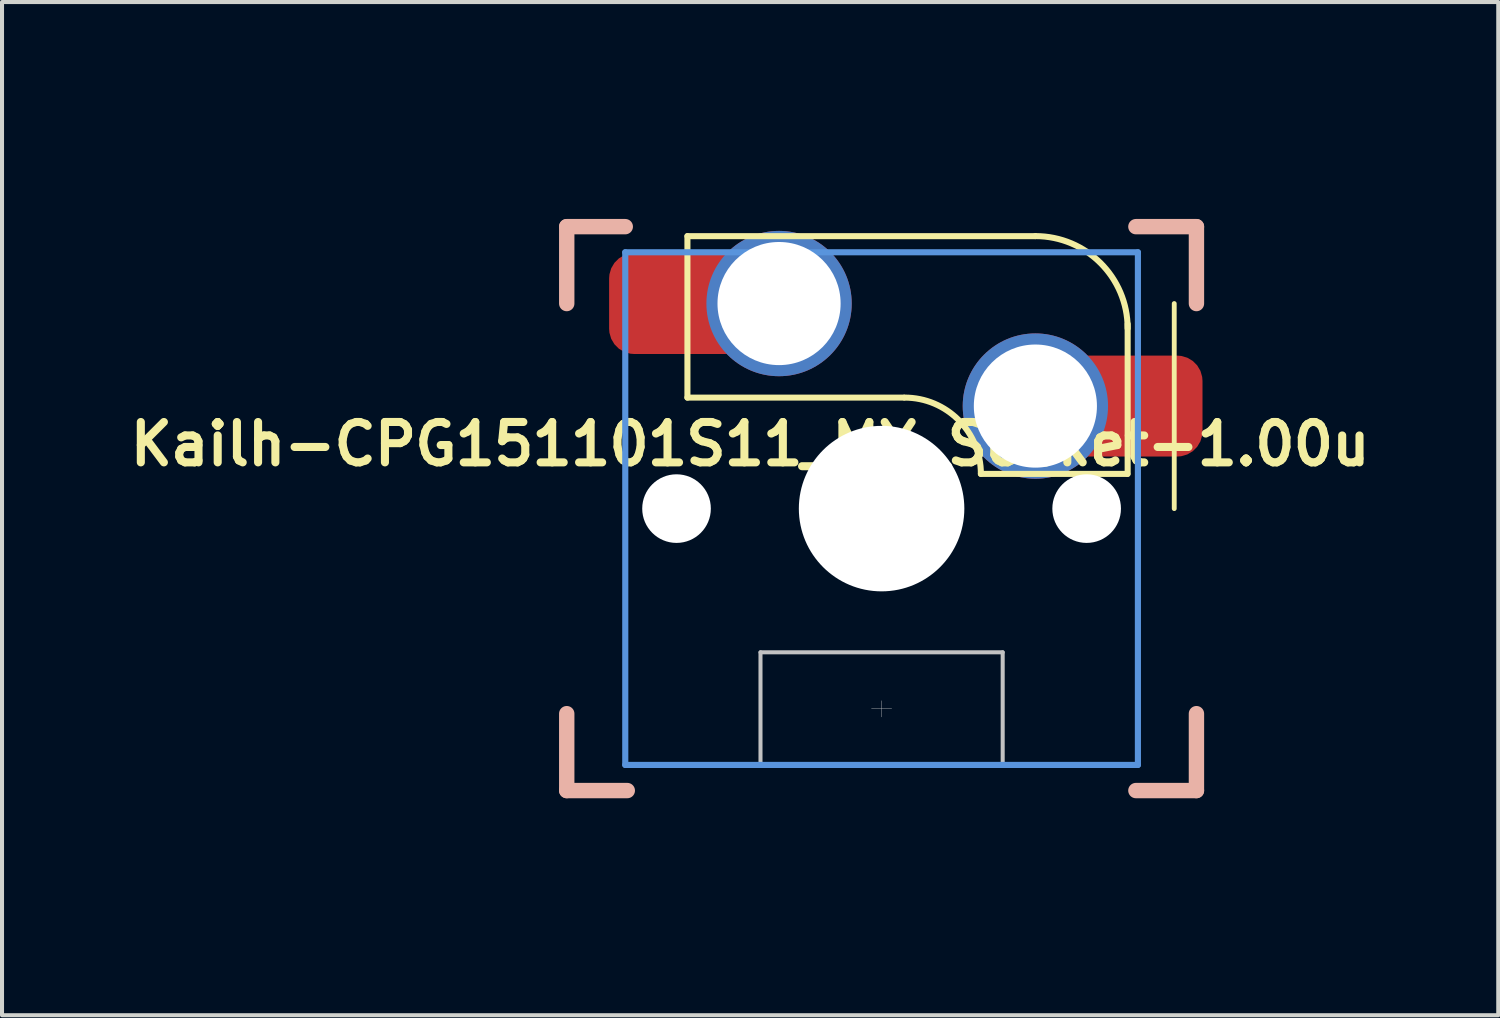
<source format=kicad_pcb>
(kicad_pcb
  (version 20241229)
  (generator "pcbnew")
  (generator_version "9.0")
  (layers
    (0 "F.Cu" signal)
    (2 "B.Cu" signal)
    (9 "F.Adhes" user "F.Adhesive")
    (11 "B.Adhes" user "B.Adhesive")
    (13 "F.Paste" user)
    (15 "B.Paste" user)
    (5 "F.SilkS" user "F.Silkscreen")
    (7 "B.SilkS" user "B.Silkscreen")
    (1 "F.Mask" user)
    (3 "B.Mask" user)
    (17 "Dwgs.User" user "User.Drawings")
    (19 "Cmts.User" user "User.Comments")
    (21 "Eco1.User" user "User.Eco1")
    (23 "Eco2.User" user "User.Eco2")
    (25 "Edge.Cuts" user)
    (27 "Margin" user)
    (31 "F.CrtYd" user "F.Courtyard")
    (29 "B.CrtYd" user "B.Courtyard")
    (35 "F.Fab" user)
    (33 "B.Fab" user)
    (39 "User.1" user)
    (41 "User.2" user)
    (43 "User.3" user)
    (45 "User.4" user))
  (footprint "Kailh-CPG151101S11_MX_Socket-1.00u"
    (layer "F.Cu")
    (at 18.79 9.55)
    (property "Reference" "Kailh-CPG151101S11_MX_Socket-1.00u" (at -3.256 -1.598 0) (layer "F.SilkS") (effects (font (size 1 1) (thickness 0.2))))
    (attr smd)
    (fp_line (start -5 -5.08) (end -4.065 -5.08) (stroke (width 0.2) (type default)) (layer "F.Cu"))
    (fp_line (start 6.2 -2.54) (end 5.335 -2.54) (stroke (width 0.2) (type default)) (layer "F.Cu"))
    (fp_line (start -4.81 -6.75) (end -4.81 -2.75) (stroke (width 0.15) (type solid)) (layer "F.SilkS"))
    (fp_line (start -4.81 -6.75) (end 3.81 -6.75) (stroke (width 0.15) (type solid)) (layer "F.SilkS"))
    (fp_line (start -4.81 -2.75) (end 0.55 -2.75) (stroke (width 0.15) (type solid)) (layer "F.SilkS"))
    (fp_line (start 6.088 -0.86) (end 2.46 -0.86) (stroke (width 0.15) (type solid)) (layer "F.SilkS"))
    (fp_line (start 6.096 -4.572) (end 6.096 -0.86) (stroke (width 0.15) (type solid)) (layer "F.SilkS"))
    (fp_line (start 7.25 -5.08) (end 7.25 0) (stroke (width 0.12) (type solid)) (layer "F.SilkS"))
    (fp_arc (start 0.57 -2.75) (mid 1.906432 -2.196432) (end 2.46 -0.86) (stroke (width 0.15) (type solid)) (layer "F.SilkS"))
    (fp_arc (start 3.81 -6.751) (mid 5.426446 -6.081446) (end 6.096 -4.465) (stroke (width 0.15) (type solid)) (layer "F.SilkS"))
    (fp_line (start -7.8 -6.985) (end -6.35 -6.985) (stroke (width 0.381) (type solid)) (layer "B.SilkS"))
    (fp_line (start -7.8 -5.08) (end -7.8 -6.985) (stroke (width 0.381) (type solid)) (layer "B.SilkS"))
    (fp_line (start -7.8 6.985) (end -7.8 5.08) (stroke (width 0.381) (type solid)) (layer "B.SilkS"))
    (fp_line (start -6.3 6.985) (end -7.8 6.985) (stroke (width 0.381) (type solid)) (layer "B.SilkS"))
    (fp_line (start 6.3 -6.985) (end 7.8 -6.985) (stroke (width 0.381) (type solid)) (layer "B.SilkS"))
    (fp_line (start 7.8 -6.985) (end 7.8 -5.08) (stroke (width 0.381) (type solid)) (layer "B.SilkS"))
    (fp_line (start 7.8 5.08) (end 7.8 6.985) (stroke (width 0.381) (type solid)) (layer "B.SilkS"))
    (fp_line (start 7.8 6.985) (end 6.3 6.985) (stroke (width 0.381) (type solid)) (layer "B.SilkS"))
    (fp_line (start -9.55 0) (end -9.5 -0.1) (stroke (width 0.001) (type solid)) (layer "Dwgs.User"))
    (fp_line (start -9.55 0) (end -9.5 0.1) (stroke (width 0.001) (type solid)) (layer "Dwgs.User"))
    (fp_line (start -9.5 -9.5) (end 9.5 -9.5) (stroke (width 0.001) (type solid)) (layer "Dwgs.User"))
    (fp_line (start -9.5 0) (end -9.55 0) (stroke (width 0.001) (type solid)) (layer "Dwgs.User"))
    (fp_line (start -9.5 9.5) (end -9.5 -9.5) (stroke (width 0.001) (type solid)) (layer "Dwgs.User"))
    (fp_line (start -3 3.56) (end -3 6.36) (stroke (width 0.1) (type solid)) (layer "Dwgs.User"))
    (fp_line (start -3 3.56) (end 3 3.56) (stroke (width 0.1) (type solid)) (layer "Dwgs.User"))
    (fp_line (start -0.25 4.96) (end 0.25 4.96) (stroke (width 0.01) (type solid)) (layer "Dwgs.User"))
    (fp_line (start 0 -9.55) (end -0.1 -9.5) (stroke (width 0.001) (type solid)) (layer "Dwgs.User"))
    (fp_line (start 0 -9.55) (end 0.1 -9.5) (stroke (width 0.001) (type solid)) (layer "Dwgs.User"))
    (fp_line (start 0 -9.5) (end 0 -9.55) (stroke (width 0.001) (type solid)) (layer "Dwgs.User"))
    (fp_line (start 0 5.16) (end 0 4.76) (stroke (width 0.01) (type solid)) (layer "Dwgs.User"))
    (fp_line (start 0 9.5) (end 0 9.55) (stroke (width 0.001) (type solid)) (layer "Dwgs.User"))
    (fp_line (start 0 9.55) (end -0.1 9.5) (stroke (width 0.001) (type solid)) (layer "Dwgs.User"))
    (fp_line (start 0 9.55) (end 0.1 9.5) (stroke (width 0.001) (type solid)) (layer "Dwgs.User"))
    (fp_line (start 3 3.56) (end 3 6.36) (stroke (width 0.1) (type solid)) (layer "Dwgs.User"))
    (fp_line (start 3 6.36) (end -3 6.36) (stroke (width 0.1) (type solid)) (layer "Dwgs.User"))
    (fp_line (start 9.5 -9.5) (end 9.5 9.5) (stroke (width 0.001) (type solid)) (layer "Dwgs.User"))
    (fp_line (start 9.5 0) (end 9.55 0) (stroke (width 0.001) (type solid)) (layer "Dwgs.User"))
    (fp_line (start 9.5 9.5) (end -9.5 9.5) (stroke (width 0.001) (type solid)) (layer "Dwgs.User"))
    (fp_line (start 9.55 0) (end 9.5 -0.1) (stroke (width 0.001) (type solid)) (layer "Dwgs.User"))
    (fp_line (start 9.55 0) (end 9.5 0.1) (stroke (width 0.001) (type solid)) (layer "Dwgs.User"))
    (fp_line (start -6.35 -6.35) (end 6.35 -6.35) (stroke (width 0.152) (type solid)) (layer "Cmts.User"))
    (fp_line (start -6.35 6.35) (end -6.35 -6.35) (stroke (width 0.152) (type solid)) (layer "Cmts.User"))
    (fp_line (start 0 1) (end 0 -1) (stroke (width 0.001) (type solid)) (layer "Cmts.User"))
    (fp_line (start 1 0) (end -1 0) (stroke (width 0.001) (type solid)) (layer "Cmts.User"))
    (fp_line (start 6.35 -6.35) (end 6.35 6.35) (stroke (width 0.152) (type solid)) (layer "Cmts.User"))
    (fp_line (start 6.35 6.35) (end -6.35 6.35) (stroke (width 0.152) (type solid)) (layer "Cmts.User"))
    (fp_line (start -7.8 -6.985) (end 7.8 -6.985) (stroke (width 0.152) (type solid)) (layer "Eco1.User"))
    (fp_line (start -7.8 6.985) (end -7.8 -6.985) (stroke (width 0.152) (type solid)) (layer "Eco1.User"))
    (fp_line (start 7.8 -6.985) (end 7.8 6.985) (stroke (width 0.152) (type solid)) (layer "Eco1.User"))
    (fp_line (start 7.8 6.985) (end -7.8 6.985) (stroke (width 0.152) (type solid)) (layer "Eco1.User"))
    (fp_line (start -7 -7) (end 7 -7) (stroke (width 0.01) (type solid)) (layer "Eco2.User"))
    (fp_line (start -7 7) (end -7 -7) (stroke (width 0.01) (type solid)) (layer "Eco2.User"))
    (fp_line (start 7 -7) (end 7 7) (stroke (width 0.01) (type solid)) (layer "Eco2.User"))
    (fp_line (start 7 7) (end -7 7) (stroke (width 0.01) (type solid)) (layer "Eco2.User"))
    (pad "" np_thru_hole circle (at -5.08 0) (size 1.7 1.7) (drill 1.7) (layers "*.Cu" "*.Mask"))
    (pad "" np_thru_hole circle (at 0 0) (size 4.1 4.1) (drill 4.1) (layers "*.Cu" "*.Mask"))
    (pad "" np_thru_hole circle (at 5.08 0) (size 1.7 1.7) (drill 1.7) (layers "*.Cu" "*.Mask"))
    (pad "1" thru_hole circle (at -2.54 -5.08) (size 3.6 3.6) (drill 3.05) (layers "*.Cu" "*.Mask"))
    (pad "2" thru_hole circle (at 3.81 -2.54) (size 3.6 3.6) (drill 3.05) (layers "*.Cu" "*.Mask"))
    (pad "S1" smd roundrect (at -5 -5.08) (size 3.5 2.5) (layers "F.Cu" "F.Mask" "F.Paste") (roundrect_rratio 0.25))
    (pad "S2" smd roundrect (at 6.2 -2.54) (size 3.5 2.5) (layers "F.Cu" "F.Mask" "F.Paste") (roundrect_rratio 0.25)))
  (gr_rect
    (start -3 -3)
    (end 34.067 22.101)
    (stroke (width 0.1) (type default))
    (fill no)
    (layer "Edge.Cuts")))
</source>
